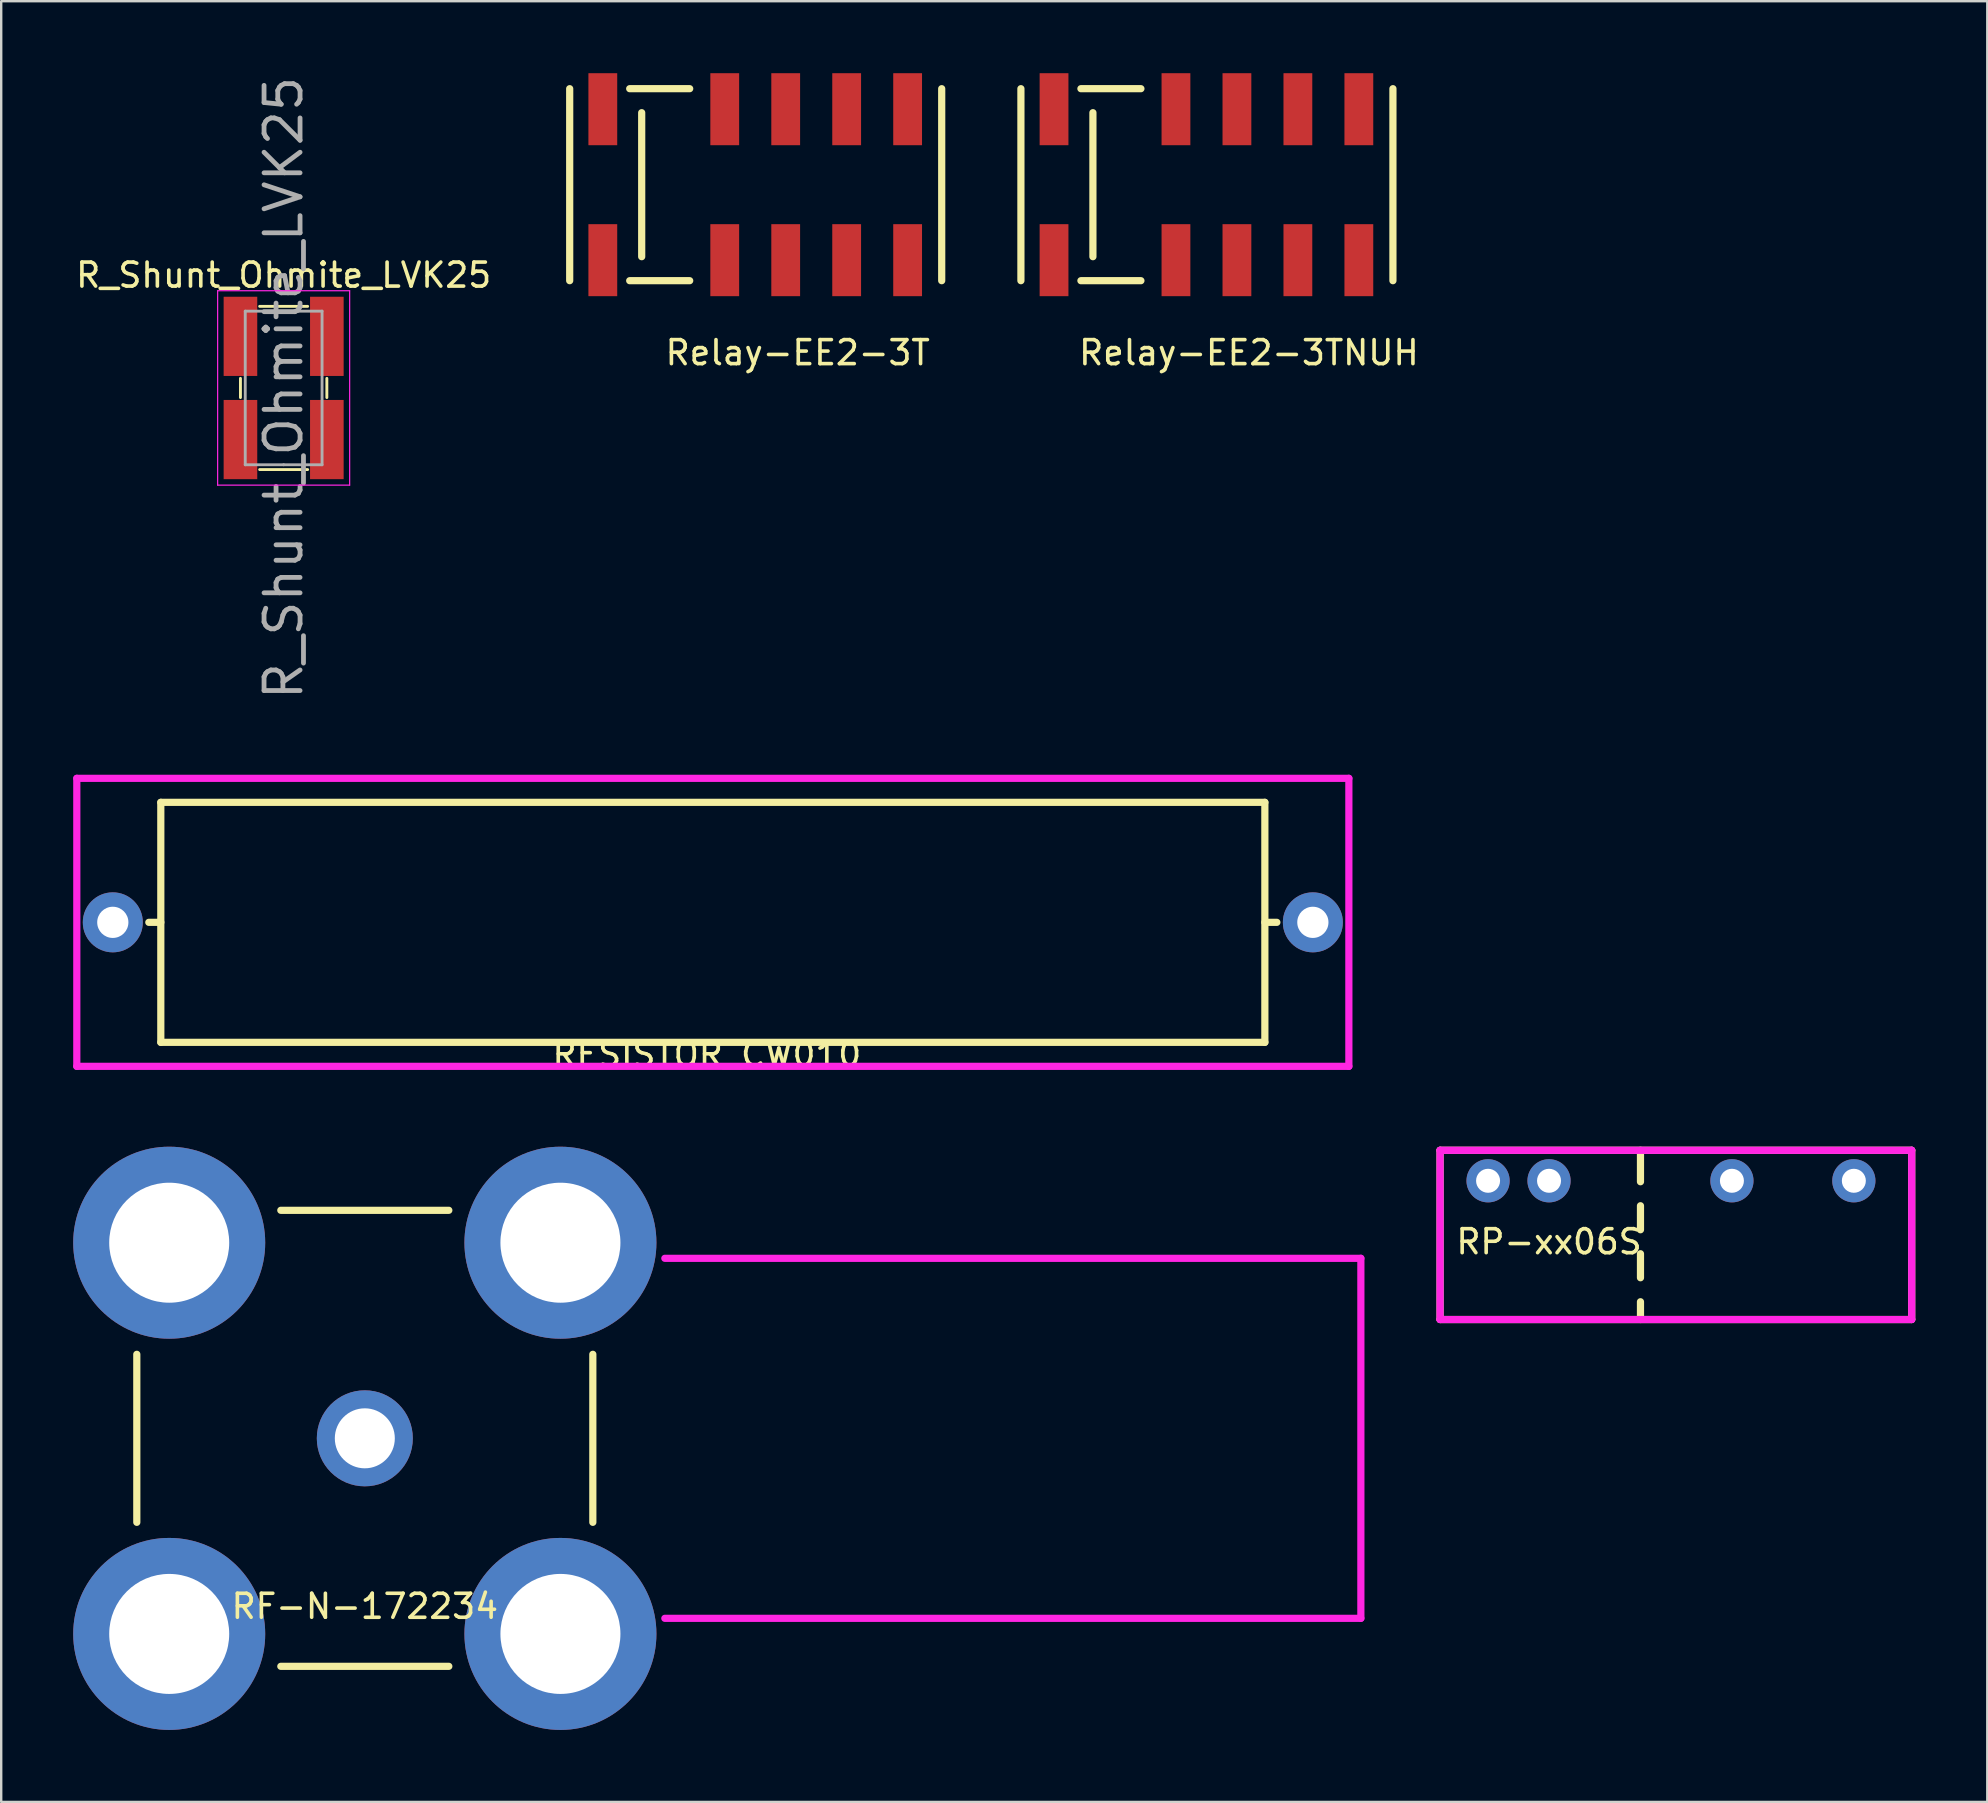
<source format=kicad_pcb>
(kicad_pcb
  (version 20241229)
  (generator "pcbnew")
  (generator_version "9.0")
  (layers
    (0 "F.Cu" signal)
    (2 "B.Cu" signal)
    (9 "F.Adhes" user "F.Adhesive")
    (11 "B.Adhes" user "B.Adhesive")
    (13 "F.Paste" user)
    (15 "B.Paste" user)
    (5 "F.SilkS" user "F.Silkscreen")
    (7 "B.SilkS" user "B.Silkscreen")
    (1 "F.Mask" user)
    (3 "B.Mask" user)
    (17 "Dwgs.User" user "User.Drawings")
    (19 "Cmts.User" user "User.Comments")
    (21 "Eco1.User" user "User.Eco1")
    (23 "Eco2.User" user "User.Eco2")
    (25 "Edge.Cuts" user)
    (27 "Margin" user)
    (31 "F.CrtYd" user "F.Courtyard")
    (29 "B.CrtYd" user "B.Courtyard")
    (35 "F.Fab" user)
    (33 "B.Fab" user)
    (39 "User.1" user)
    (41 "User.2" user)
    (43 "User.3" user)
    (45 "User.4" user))
  (footprint "RF-N-172234"
    (layer "F.Cu")
    (at 12.15 56.877)
    (property "Reference" "RF-N-172234" (at 0 7 0) (layer "F.SilkS") (effects (font (size 1 1) (thickness 0.15))))
    (attr through_hole)
    (fp_line (start -9.5 -3.5) (end -9.5 3.5) (stroke (width 0.3) (type solid)) (layer "F.SilkS"))
    (fp_line (start -3.5 -9.5) (end 3.5 -9.5) (stroke (width 0.3) (type solid)) (layer "F.SilkS"))
    (fp_line (start -3.5 9.5) (end 3.5 9.5) (stroke (width 0.3) (type solid)) (layer "F.SilkS"))
    (fp_line (start 9.5 -3.5) (end 9.5 3.5) (stroke (width 0.3) (type solid)) (layer "F.SilkS"))
    (fp_line (start 12.5 -7.5) (end 41.5 -7.5) (stroke (width 0.3) (type solid)) (layer "F.CrtYd"))
    (fp_line (start 41.5 -7.5) (end 41.5 7.5) (stroke (width 0.3) (type solid)) (layer "F.CrtYd"))
    (fp_line (start 41.5 7.5) (end 12.5 7.5) (stroke (width 0.3) (type solid)) (layer "F.CrtYd"))
    (pad "1" thru_hole circle (at 0 0) (size 4 4) (drill 2.5) (layers "*.Cu" "*.Mask"))
    (pad "2" thru_hole circle (at -8.15 -8.15) (size 8 8) (drill 5) (layers "*.Cu" "*.Mask"))
    (pad "2" thru_hole circle (at -8.15 8.15) (size 8 8) (drill 5) (layers "*.Cu" "*.Mask"))
    (pad "2" thru_hole circle (at 8.15 -8.15) (size 8 8) (drill 5) (layers "*.Cu" "*.Mask"))
    (pad "2" thru_hole circle (at 8.15 8.15) (size 8 8) (drill 5) (layers "*.Cu" "*.Mask")))
  (footprint "RP-xx06S"
    (layer "F.Cu")
    (at 65.3 48.687)
    (property "Reference" "RP-xx06S" (at -3.81 0 0) (layer "F.SilkS") (effects (font (size 1 1) (thickness 0.15))))
    (attr through_hole)
    (fp_line (start -8.35 -3.81) (end -8.35 3.24) (stroke (width 0.3) (type solid)) (layer "F.SilkS"))
    (fp_line (start -8.35 -3.81) (end 11.3 -3.81) (stroke (width 0.3) (type solid)) (layer "F.SilkS"))
    (fp_line (start -8.35 3.24) (end 11.3 3.24) (stroke (width 0.3) (type solid)) (layer "F.SilkS"))
    (fp_line (start 0 -3.81) (end 0 -2.5) (stroke (width 0.3) (type solid)) (layer "F.SilkS"))
    (fp_line (start 0 -1.5) (end 0 -0.5) (stroke (width 0.3) (type solid)) (layer "F.SilkS"))
    (fp_line (start 0 0.5) (end 0 1.5) (stroke (width 0.3) (type solid)) (layer "F.SilkS"))
    (fp_line (start 0 2.5) (end 0 3.24) (stroke (width 0.3) (type solid)) (layer "F.SilkS"))
    (fp_line (start 11.3 -3.81) (end 11.3 3.24) (stroke (width 0.3) (type solid)) (layer "F.SilkS"))
    (fp_line (start -8.35 -3.81) (end -8.35 3.24) (stroke (width 0.3) (type solid)) (layer "F.CrtYd"))
    (fp_line (start -8.35 -3.81) (end 11.3 -3.81) (stroke (width 0.3) (type solid)) (layer "F.CrtYd"))
    (fp_line (start -8.35 3.24) (end 11.3 3.24) (stroke (width 0.3) (type solid)) (layer "F.CrtYd"))
    (fp_line (start 11.3 -3.81) (end 11.3 3.24) (stroke (width 0.3) (type solid)) (layer "F.CrtYd"))
    (pad "1" thru_hole circle (at -6.35 -2.54) (size 1.8 1.8) (drill 1) (layers "*.Cu" "*.Mask"))
    (pad "2" thru_hole circle (at -3.81 -2.54) (size 1.8 1.8) (drill 1) (layers "*.Cu" "*.Mask"))
    (pad "5" thru_hole circle (at 3.81 -2.54) (size 1.8 1.8) (drill 1) (layers "*.Cu" "*.Mask"))
    (pad "7" thru_hole circle (at 8.89 -2.54) (size 1.8 1.8) (drill 1) (layers "*.Cu" "*.Mask")))
  (footprint "RESISTOR_CW010"
    (layer "F.Cu")
    (at 26.65 35.379)
    (property "Reference" "RESISTOR_CW010" (at -0.25 5.5 0) (layer "F.SilkS") (effects (font (size 1 1) (thickness 0.15))))
    (attr through_hole)
    (fp_line (start -23.5 0) (end -23 0) (stroke (width 0.3) (type solid)) (layer "F.SilkS"))
    (fp_line (start -23 -5) (end 23 -5) (stroke (width 0.3) (type solid)) (layer "F.SilkS"))
    (fp_line (start -23 5) (end -23 -5) (stroke (width 0.3) (type solid)) (layer "F.SilkS"))
    (fp_line (start 23 -5) (end 23 5) (stroke (width 0.3) (type solid)) (layer "F.SilkS"))
    (fp_line (start 23 0) (end 23.5 0) (stroke (width 0.3) (type solid)) (layer "F.SilkS"))
    (fp_line (start 23 5) (end -23 5) (stroke (width 0.3) (type solid)) (layer "F.SilkS"))
    (fp_line (start -26.5 -6) (end -26.5 6) (stroke (width 0.3) (type solid)) (layer "F.CrtYd"))
    (fp_line (start -26.5 6) (end 26.5 6) (stroke (width 0.3) (type solid)) (layer "F.CrtYd"))
    (fp_line (start 26.5 -6) (end -26.5 -6) (stroke (width 0.3) (type solid)) (layer "F.CrtYd"))
    (fp_line (start 26.5 6) (end 26.5 -6) (stroke (width 0.3) (type solid)) (layer "F.CrtYd"))
    (pad "1" thru_hole circle (at -25 0) (size 2.5 2.5) (drill 1.3) (layers "*.Cu" "*.Mask"))
    (pad "2" thru_hole circle (at 25 0) (size 2.5 2.5) (drill 1.3) (layers "*.Cu" "*.Mask")))
  (footprint "R_Shunt_Ohmite_LVK25"
    (layer "F.Cu")
    (at 8.768 13.114)
    (property "Reference" "R_Shunt_Ohmite_LVK25" (at 0 -4.7 0) (layer "F.SilkS") (effects (font (size 1 1) (thickness 0.15))))
    (attr smd)
    (fp_line (start -1.8 0.4) (end -1.8 -0.4) (stroke (width 0.12) (type solid)) (layer "F.SilkS"))
    (fp_line (start 1 -3.4) (end -1 -3.4) (stroke (width 0.12) (type solid)) (layer "F.SilkS"))
    (fp_line (start 1 3.4) (end -1 3.4) (stroke (width 0.12) (type solid)) (layer "F.SilkS"))
    (fp_line (start 1.8 -0.4) (end 1.8 0.4) (stroke (width 0.12) (type solid)) (layer "F.SilkS"))
    (fp_line (start -2.75 -4.05) (end 2.75 -4.05) (stroke (width 0.05) (type solid)) (layer "F.CrtYd"))
    (fp_line (start -2.75 4.05) (end -2.75 -4.05) (stroke (width 0.05) (type solid)) (layer "F.CrtYd"))
    (fp_line (start 2.75 -4.05) (end 2.75 4.05) (stroke (width 0.05) (type solid)) (layer "F.CrtYd"))
    (fp_line (start 2.75 4.05) (end -2.75 4.05) (stroke (width 0.05) (type solid)) (layer "F.CrtYd"))
    (fp_line (start -1.6 -3.2) (end 1.6 -3.2) (stroke (width 0.12) (type solid)) (layer "F.Fab"))
    (fp_line (start -1.6 3.2) (end -1.6 -3.2) (stroke (width 0.12) (type solid)) (layer "F.Fab"))
    (fp_line (start 0 3.2) (end -1.6 3.2) (stroke (width 0.12) (type solid)) (layer "F.Fab"))
    (fp_line (start 1.6 -3.2) (end 1.6 3.2) (stroke (width 0.12) (type solid)) (layer "F.Fab"))
    (fp_line (start 1.6 3.2) (end 0 3.2) (stroke (width 0.12) (type solid)) (layer "F.Fab"))
    (fp_text user "${REFERENCE}" (at 0 0 90) (layer "F.Fab") (effects (font (size 1.5 1.5) (thickness 0.2))))
    (pad "1" smd rect (at -1.8 -2.15) (size 1.4 3.3) (layers "F.Cu" "F.Mask" "F.Paste"))
    (pad "2" smd rect (at -1.8 2.15) (size 1.4 3.3) (layers "F.Cu" "F.Mask" "F.Paste"))
    (pad "3" smd rect (at 1.8 2.15) (size 1.4 3.3) (layers "F.Cu" "F.Mask" "F.Paste"))
    (pad "4" smd rect (at 1.8 -2.15) (size 1.4 3.3) (layers "F.Cu" "F.Mask" "F.Paste")))
  (footprint "Relay-EE2-3TNUH"
    (layer "F.Cu")
    (at 48.486 4.645)
    (property "Reference" "Relay-EE2-3TNUH" (at 0.5 7 180) (layer "F.SilkS") (effects (font (size 1 1) (thickness 0.15))))
    (attr through_hole)
    (fp_line (start -9 -4) (end -9 4) (stroke (width 0.3) (type solid)) (layer "F.SilkS"))
    (fp_line (start -6.5 -4) (end -4 -4) (stroke (width 0.3) (type solid)) (layer "F.SilkS"))
    (fp_line (start -6.5 4) (end -4 4) (stroke (width 0.3) (type solid)) (layer "F.SilkS"))
    (fp_line (start -6 -3) (end -6 3) (stroke (width 0.3) (type solid)) (layer "F.SilkS"))
    (fp_line (start 6.5 -4) (end 6.5 4) (stroke (width 0.3) (type solid)) (layer "F.SilkS"))
    (pad "1" smd rect (at -7.62 3.145) (size 1.2 3) (layers "F.Cu" "F.Mask" "F.Paste"))
    (pad "3" smd rect (at -2.54 3.145) (size 1.2 3) (layers "F.Cu" "F.Mask" "F.Paste"))
    (pad "4" smd rect (at 0 3.145) (size 1.2 3) (layers "F.Cu" "F.Mask" "F.Paste"))
    (pad "5" smd rect (at 2.54 3.145) (size 1.2 3) (layers "F.Cu" "F.Mask" "F.Paste"))
    (pad "6" smd rect (at 5.08 3.145) (size 1.2 3) (layers "F.Cu" "F.Mask" "F.Paste"))
    (pad "7" smd rect (at 5.08 -3.145) (size 1.2 3) (layers "F.Cu" "F.Mask" "F.Paste"))
    (pad "8" smd rect (at 2.54 -3.145) (size 1.2 3) (layers "F.Cu" "F.Mask" "F.Paste"))
    (pad "9" smd rect (at 0 -3.145) (size 1.2 3) (layers "F.Cu" "F.Mask" "F.Paste"))
    (pad "10" smd rect (at -2.54 -3.145) (size 1.2 3) (layers "F.Cu" "F.Mask" "F.Paste"))
    (pad "12" smd rect (at -7.62 -3.145) (size 1.2 3) (layers "F.Cu" "F.Mask" "F.Paste")))
  (footprint "Relay-EE2-3T"
    (layer "F.Cu")
    (at 29.686 4.645)
    (property "Reference" "Relay-EE2-3T" (at 0.5 7 180) (layer "F.SilkS") (effects (font (size 1 1) (thickness 0.15))))
    (attr through_hole)
    (fp_line (start -9 -4) (end -9 4) (stroke (width 0.3) (type solid)) (layer "F.SilkS"))
    (fp_line (start -6.5 -4) (end -4 -4) (stroke (width 0.3) (type solid)) (layer "F.SilkS"))
    (fp_line (start -6.5 4) (end -4 4) (stroke (width 0.3) (type solid)) (layer "F.SilkS"))
    (fp_line (start -6 -3) (end -6 3) (stroke (width 0.3) (type solid)) (layer "F.SilkS"))
    (fp_line (start 6.5 -4) (end 6.5 4) (stroke (width 0.3) (type solid)) (layer "F.SilkS"))
    (pad "1" smd rect (at -7.62 3.145) (size 1.2 3) (layers "F.Cu" "F.Mask" "F.Paste"))
    (pad "3" smd rect (at -2.54 3.145) (size 1.2 3) (layers "F.Cu" "F.Mask" "F.Paste"))
    (pad "4" smd rect (at 0 3.145) (size 1.2 3) (layers "F.Cu" "F.Mask" "F.Paste"))
    (pad "5" smd rect (at 2.54 3.145) (size 1.2 3) (layers "F.Cu" "F.Mask" "F.Paste"))
    (pad "6" smd rect (at 5.08 3.145) (size 1.2 3) (layers "F.Cu" "F.Mask" "F.Paste"))
    (pad "7" smd rect (at 5.08 -3.145) (size 1.2 3) (layers "F.Cu" "F.Mask" "F.Paste"))
    (pad "8" smd rect (at 2.54 -3.145) (size 1.2 3) (layers "F.Cu" "F.Mask" "F.Paste"))
    (pad "9" smd rect (at 0 -3.145) (size 1.2 3) (layers "F.Cu" "F.Mask" "F.Paste"))
    (pad "10" smd rect (at -2.54 -3.145) (size 1.2 3) (layers "F.Cu" "F.Mask" "F.Paste"))
    (pad "12" smd rect (at -7.62 -3.145) (size 1.2 3) (layers "F.Cu" "F.Mask" "F.Paste")))
  (gr_rect
    (start -3 -3)
    (end 79.75 72.027)
    (stroke (width 0.1) (type default))
    (fill no)
    (layer "Edge.Cuts")))
</source>
